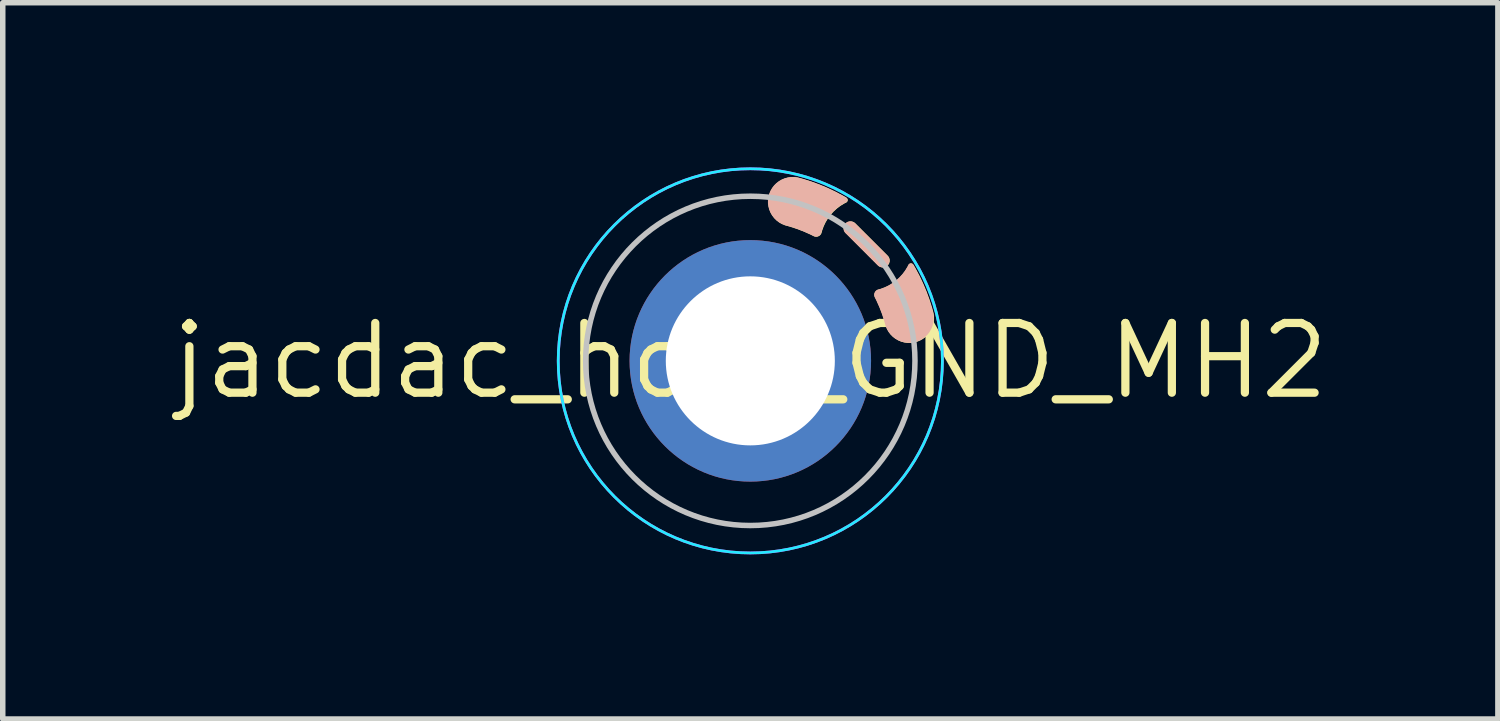
<source format=kicad_pcb>
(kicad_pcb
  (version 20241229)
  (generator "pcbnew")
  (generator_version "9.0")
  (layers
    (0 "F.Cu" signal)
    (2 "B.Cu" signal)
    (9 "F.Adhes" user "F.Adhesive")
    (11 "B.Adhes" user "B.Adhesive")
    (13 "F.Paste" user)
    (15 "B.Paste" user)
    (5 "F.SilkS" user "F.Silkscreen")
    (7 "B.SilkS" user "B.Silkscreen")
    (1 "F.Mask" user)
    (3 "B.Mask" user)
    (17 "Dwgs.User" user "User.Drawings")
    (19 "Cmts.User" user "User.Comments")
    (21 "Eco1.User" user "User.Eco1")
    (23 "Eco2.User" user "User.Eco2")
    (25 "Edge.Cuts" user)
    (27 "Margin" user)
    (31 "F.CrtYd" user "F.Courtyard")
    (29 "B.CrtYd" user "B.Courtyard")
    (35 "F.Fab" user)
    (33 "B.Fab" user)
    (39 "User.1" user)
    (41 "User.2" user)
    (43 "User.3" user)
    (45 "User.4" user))
  (footprint "jacdac_hole_GND_MH2"
    (layer "F.Cu")
    (at 10.621 3.525)
    (property "Reference" "jacdac_hole_GND_MH2" (at 0 0 0) (layer "F.SilkS") (effects (font (size 1.27 1.27) (thickness 0.15))))
    (attr exclude_from_pos_files exclude_from_bom)
    (fp_circle (center 0 0) (end 2.5 0) (stroke (width 0.1) (type solid)) (fill yes) (layer "F.Mask"))
    (fp_circle (center 0 0) (end 2.5 0) (stroke (width 0.1) (type solid)) (fill yes) (layer "B.Mask"))
    (fp_poly (pts (arc (start 1.915506 -2.503912) (mid 1.738729 -2.503913) (end 1.738729 -2.327135)) (arc (start 2.327135 -1.738729) (mid 2.503912 -1.73873) (end 2.503912 -1.915506))) (stroke (width 0) (type solid)) (fill yes) (layer "F.SilkS"))
    (fp_poly (pts (arc (start 1.156844 -2.27249) (mid 0.913403 -2.380797) (end 0.659989 -2.463111)) (arc (start 0.659989 -2.463111) (mid 0.341791 -3.014247) (end 0.892926 -3.332444)) (arc (start 0.892926 -3.332444) (mid 1.334087 -3.181621) (end 1.750884 -2.972693)) (arc (start 1.750884 -2.972693) (mid 1.775472 -2.927688) (end 1.747498 -2.884706)) (arc (start 1.747498 -2.884706) (mid 1.463371 -2.659468) (end 1.298959 -2.336314)) (arc (start 1.298959 -2.336314) (mid 1.243179 -2.270384) (end 1.156844 -2.27249))) (stroke (width 0) (type solid)) (fill yes) (layer "F.SilkS"))
    (fp_poly (pts (arc (start 2.336314 -1.298959) (mid 2.270384 -1.243179) (end 2.27249 -1.156844)) (arc (start 2.27249 -1.156844) (mid 2.380797 -0.913403) (end 2.463111 -0.659989)) (arc (start 2.463111 -0.659989) (mid 3.014246 -0.341792) (end 3.332444 -0.892926)) (arc (start 3.332444 -0.892926) (mid 3.181621 -1.334087) (end 2.972693 -1.750884)) (arc (start 2.972693 -1.750884) (mid 2.927688 -1.775472) (end 2.884706 -1.747498)) (arc (start 2.884706 -1.747498) (mid 2.659468 -1.463371) (end 2.336314 -1.298959))) (stroke (width 0) (type solid)) (fill yes) (layer "F.SilkS"))
    (fp_poly (pts (arc (start 1.909904 -2.505774) (mid 1.733127 -2.505775) (end 1.733127 -2.328997)) (arc (start 2.321533 -1.740591) (mid 2.49831 -1.740592) (end 2.49831 -1.917368))) (stroke (width 0) (type solid)) (fill yes) (layer "B.SilkS"))
    (fp_poly (pts (arc (start 1.151242 -2.274352) (mid 0.907801 -2.382659) (end 0.654387 -2.464973)) (arc (start 0.654387 -2.464973) (mid 0.336189 -3.016109) (end 0.887324 -3.334306)) (arc (start 0.887324 -3.334306) (mid 1.328485 -3.183483) (end 1.745282 -2.974555)) (arc (start 1.745282 -2.974555) (mid 1.76987 -2.92955) (end 1.741896 -2.886568)) (arc (start 1.741896 -2.886568) (mid 1.457769 -2.66133) (end 1.293357 -2.338176)) (arc (start 1.293357 -2.338176) (mid 1.237577 -2.272246) (end 1.151242 -2.274352))) (stroke (width 0) (type solid)) (fill yes) (layer "B.SilkS"))
    (fp_poly (pts (arc (start 2.330712 -1.300821) (mid 2.264782 -1.245041) (end 2.266888 -1.158706)) (arc (start 2.266888 -1.158706) (mid 2.375195 -0.915265) (end 2.457509 -0.661851)) (arc (start 2.457509 -0.661851) (mid 3.008644 -0.343654) (end 3.326842 -0.894788)) (arc (start 3.326842 -0.894788) (mid 3.176019 -1.335949) (end 2.967091 -1.752746)) (arc (start 2.967091 -1.752746) (mid 2.922086 -1.777334) (end 2.879104 -1.74936)) (arc (start 2.879104 -1.74936) (mid 2.653866 -1.465233) (end 2.330712 -1.300821))) (stroke (width 0) (type solid)) (fill yes) (layer "B.SilkS"))
    (fp_circle (center 0 0) (end 3 0) (stroke (width 0.1) (type default)) (fill no) (layer "Dwgs.User"))
    (fp_circle (center 0 0) (end 3.5 0) (stroke (width 0.05) (type default)) (fill no) (layer "B.CrtYd"))
    (fp_circle (center 0 0) (end 3.5 0) (stroke (width 0.05) (type default)) (fill no) (layer "F.CrtYd"))
    (pad "MH2" thru_hole circle (at 0 0) (size 4.4 4.4) (drill 3.08) (property pad_prop_heatsink) (layers "*.Cu" "*.Mask"))
    (zone (net_name "") (layers "F.Cu" "B.Cu") (hatch edge 0.508) (connect_pads) (min_thickness 0.254) (filled_areas_thickness no) (keepout (tracks allowed) (vias allowed) (pads allowed) (copperpour not_allowed) (footprints allowed)) (placement (enabled no)) (fill) (polygon (pts (xy 13.626 3.525) (xy 13.606 3.176) (xy 13.545 2.832) (xy 13.445 2.497) (xy 13.306 2.176) (xy 13.132 1.874) (xy 12.923 1.593) (xy 12.683 1.339) (xy 12.415 1.115) (xy 12.123 0.923) (xy 11.811 0.766) (xy 11.483 0.646) (xy 11.143 0.566) (xy 10.796 0.525) (xy 10.446 0.525) (xy 10.099 0.566) (xy 9.759 0.646) (xy 9.431 0.766) (xy 9.118 0.923) (xy 8.826 1.115) (xy 8.559 1.339) (xy 8.319 1.593) (xy 8.11 1.874) (xy 7.935 2.176) (xy 7.797 2.497) (xy 7.697 2.832) (xy 7.636 3.176) (xy 7.616 3.525) (xy 7.636 3.874) (xy 7.697 4.218) (xy 7.797 4.553) (xy 7.935 4.874) (xy 8.11 5.176) (xy 8.319 5.457) (xy 8.559 5.711) (xy 8.826 5.935) (xy 9.118 6.127) (xy 9.431 6.284) (xy 9.759 6.404) (xy 10.099 6.484) (xy 10.446 6.525) (xy 10.796 6.525) (xy 11.143 6.484) (xy 11.483 6.404) (xy 11.811 6.284) (xy 12.123 6.127) (xy 12.415 5.935) (xy 12.683 5.711) (xy 12.923 5.457) (xy 13.132 5.176) (xy 13.306 4.874) (xy 13.445 4.553) (xy 13.545 4.218) (xy 13.606 3.874)))))
  (gr_rect
    (start -3 -3)
    (end 24.242 10.05)
    (stroke (width 0.1) (type default))
    (fill no)
    (layer "Edge.Cuts")))
</source>
